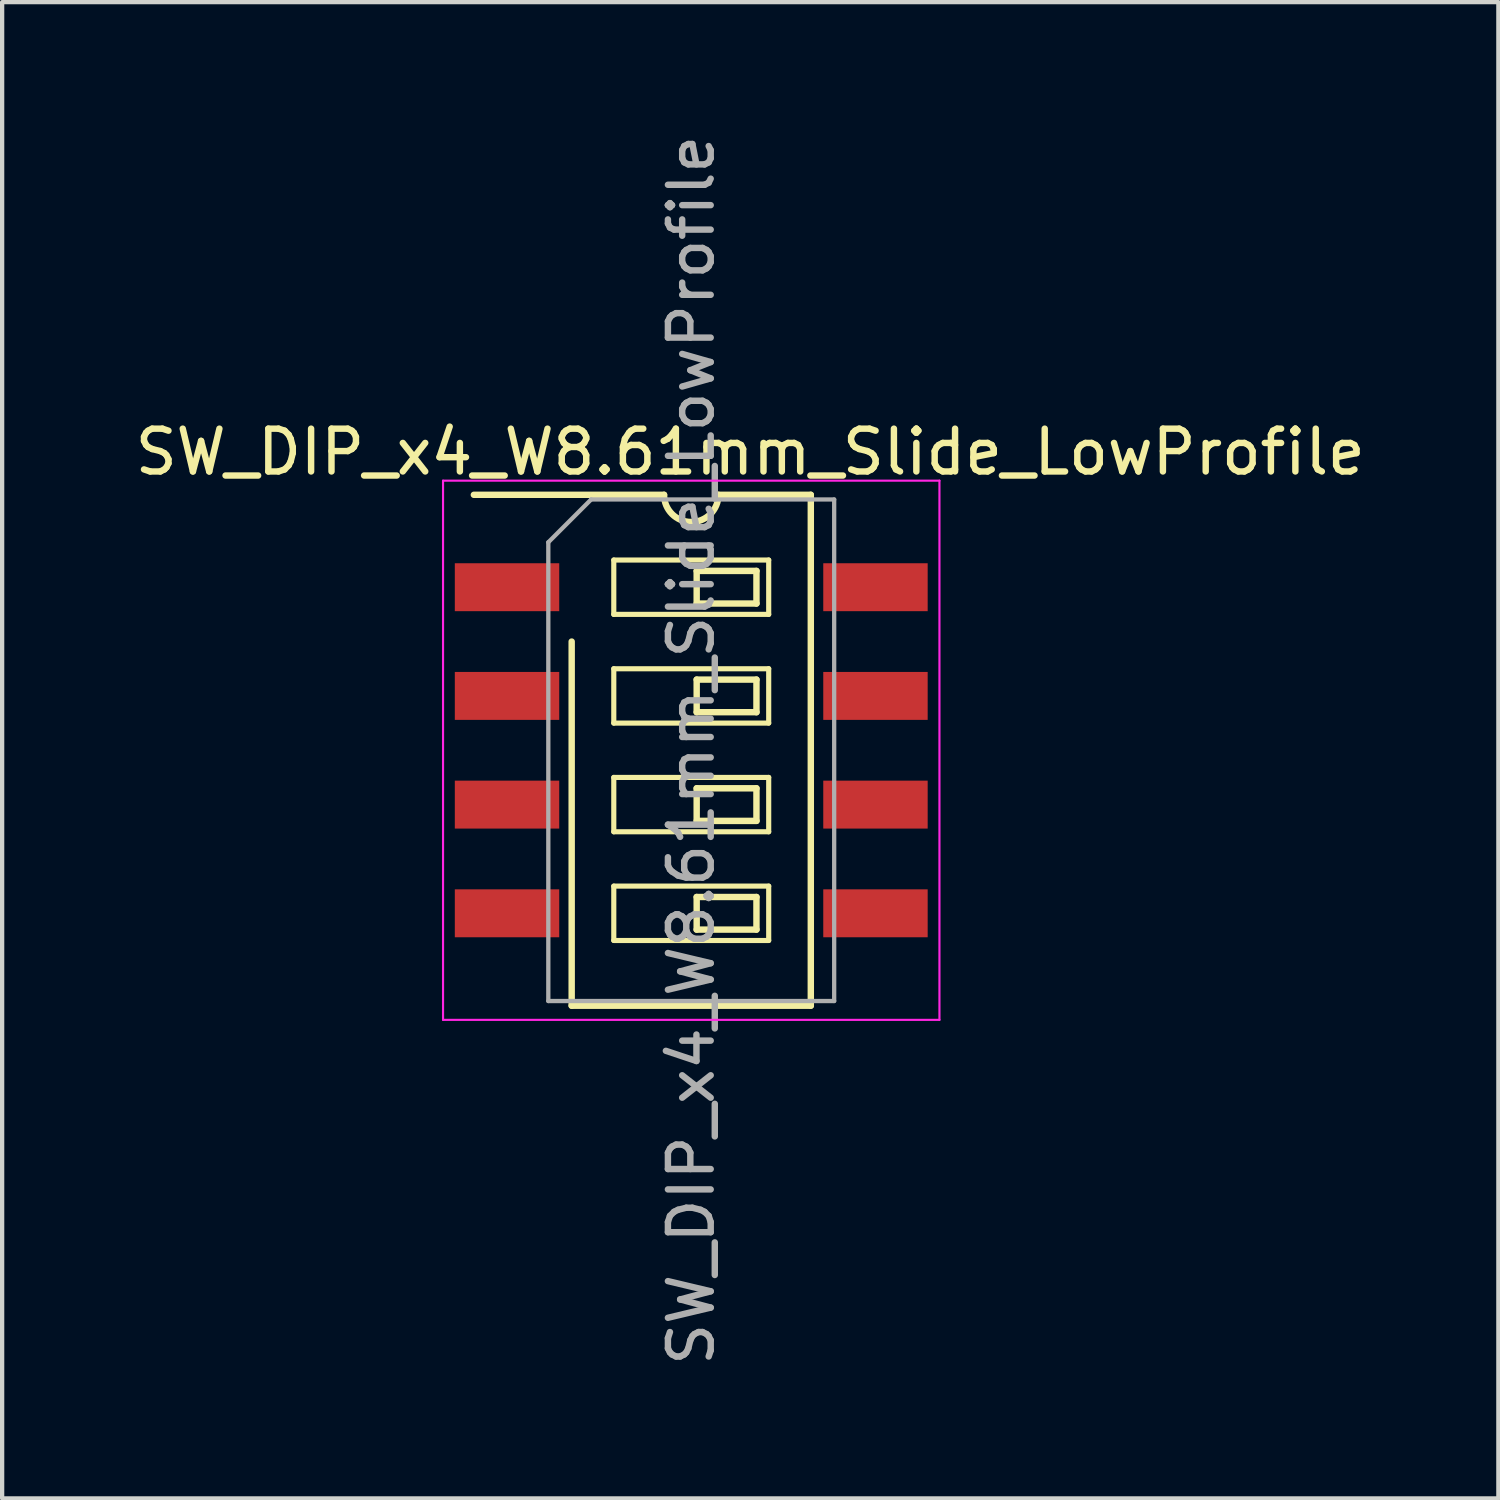
<source format=kicad_pcb>
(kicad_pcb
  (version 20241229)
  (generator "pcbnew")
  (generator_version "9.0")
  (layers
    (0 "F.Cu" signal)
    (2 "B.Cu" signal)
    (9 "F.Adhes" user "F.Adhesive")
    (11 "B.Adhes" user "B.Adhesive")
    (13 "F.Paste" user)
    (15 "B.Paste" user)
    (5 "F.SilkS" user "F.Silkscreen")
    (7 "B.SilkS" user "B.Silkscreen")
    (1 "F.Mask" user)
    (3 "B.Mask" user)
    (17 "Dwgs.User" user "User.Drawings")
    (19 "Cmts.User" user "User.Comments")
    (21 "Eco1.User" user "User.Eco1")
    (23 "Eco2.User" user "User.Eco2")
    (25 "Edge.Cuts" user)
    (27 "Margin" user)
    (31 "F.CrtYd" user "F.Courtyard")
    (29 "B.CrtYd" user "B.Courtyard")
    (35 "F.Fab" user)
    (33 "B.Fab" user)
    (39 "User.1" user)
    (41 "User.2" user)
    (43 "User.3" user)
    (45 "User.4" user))
  (footprint "SW_DIP_x4_W8.61mm_Slide_LowProfile"
    (layer "F.Cu")
    (at 13.103 14.482)
    (property "Reference" "SW_DIP_x4_W8.61mm_Slide_LowProfile" (at 1.379 -6.97 0) (layer "F.SilkS") (effects (font (size 1 1) (thickness 0.15))))
    (attr smd)
    (fp_line (start -2.794 5.969) (end -2.794 -2.54) (stroke (width 0.15) (type solid)) (layer "F.SilkS"))
    (fp_line (start -1.81 -4.445) (end -1.81 -3.175) (stroke (width 0.12) (type solid)) (layer "F.SilkS"))
    (fp_line (start -1.81 -3.175) (end 1.81 -3.175) (stroke (width 0.12) (type solid)) (layer "F.SilkS"))
    (fp_line (start -1.81 -1.905) (end -1.81 -0.635) (stroke (width 0.12) (type solid)) (layer "F.SilkS"))
    (fp_line (start -1.81 -0.635) (end 1.81 -0.635) (stroke (width 0.12) (type solid)) (layer "F.SilkS"))
    (fp_line (start -1.81 0.635) (end -1.81 1.905) (stroke (width 0.12) (type solid)) (layer "F.SilkS"))
    (fp_line (start -1.81 1.905) (end 1.81 1.905) (stroke (width 0.12) (type solid)) (layer "F.SilkS"))
    (fp_line (start -1.81 3.175) (end -1.81 4.445) (stroke (width 0.12) (type solid)) (layer "F.SilkS"))
    (fp_line (start -1.81 4.445) (end 1.81 4.445) (stroke (width 0.12) (type solid)) (layer "F.SilkS"))
    (fp_line (start -0.635 -5.969) (end -5.08 -5.969) (stroke (width 0.15) (type solid)) (layer "F.SilkS"))
    (fp_line (start 0.127 -4.191) (end 0.127 -3.429) (stroke (width 0.15) (type solid)) (layer "F.SilkS"))
    (fp_line (start 0.127 -3.429) (end 1.524 -3.429) (stroke (width 0.15) (type solid)) (layer "F.SilkS"))
    (fp_line (start 0.127 -1.651) (end 0.127 -0.889) (stroke (width 0.15) (type solid)) (layer "F.SilkS"))
    (fp_line (start 0.127 -0.889) (end 1.524 -0.889) (stroke (width 0.15) (type solid)) (layer "F.SilkS"))
    (fp_line (start 0.127 0.889) (end 0.127 1.651) (stroke (width 0.15) (type solid)) (layer "F.SilkS"))
    (fp_line (start 0.127 1.651) (end 1.524 1.651) (stroke (width 0.15) (type solid)) (layer "F.SilkS"))
    (fp_line (start 0.127 3.429) (end 0.127 4.191) (stroke (width 0.15) (type solid)) (layer "F.SilkS"))
    (fp_line (start 0.127 4.191) (end 1.524 4.191) (stroke (width 0.15) (type solid)) (layer "F.SilkS"))
    (fp_line (start 0.635 -5.969) (end 2.794 -5.969) (stroke (width 0.15) (type solid)) (layer "F.SilkS"))
    (fp_line (start 1.524 -4.191) (end 0.127 -4.191) (stroke (width 0.15) (type solid)) (layer "F.SilkS"))
    (fp_line (start 1.524 -3.429) (end 1.524 -4.191) (stroke (width 0.15) (type solid)) (layer "F.SilkS"))
    (fp_line (start 1.524 -1.651) (end 0.127 -1.651) (stroke (width 0.15) (type solid)) (layer "F.SilkS"))
    (fp_line (start 1.524 -0.889) (end 1.524 -1.651) (stroke (width 0.15) (type solid)) (layer "F.SilkS"))
    (fp_line (start 1.524 0.889) (end 0.127 0.889) (stroke (width 0.15) (type solid)) (layer "F.SilkS"))
    (fp_line (start 1.524 1.651) (end 1.524 0.889) (stroke (width 0.15) (type solid)) (layer "F.SilkS"))
    (fp_line (start 1.524 3.429) (end 0.127 3.429) (stroke (width 0.15) (type solid)) (layer "F.SilkS"))
    (fp_line (start 1.524 4.191) (end 1.524 3.429) (stroke (width 0.15) (type solid)) (layer "F.SilkS"))
    (fp_line (start 1.81 -4.445) (end -1.81 -4.445) (stroke (width 0.12) (type solid)) (layer "F.SilkS"))
    (fp_line (start 1.81 -3.175) (end 1.81 -4.445) (stroke (width 0.12) (type solid)) (layer "F.SilkS"))
    (fp_line (start 1.81 -1.905) (end -1.81 -1.905) (stroke (width 0.12) (type solid)) (layer "F.SilkS"))
    (fp_line (start 1.81 -0.635) (end 1.81 -1.905) (stroke (width 0.12) (type solid)) (layer "F.SilkS"))
    (fp_line (start 1.81 0.635) (end -1.81 0.635) (stroke (width 0.12) (type solid)) (layer "F.SilkS"))
    (fp_line (start 1.81 1.905) (end 1.81 0.635) (stroke (width 0.12) (type solid)) (layer "F.SilkS"))
    (fp_line (start 1.81 3.175) (end -1.81 3.175) (stroke (width 0.12) (type solid)) (layer "F.SilkS"))
    (fp_line (start 1.81 4.445) (end 1.81 3.175) (stroke (width 0.12) (type solid)) (layer "F.SilkS"))
    (fp_line (start 2.794 -5.969) (end 2.794 5.969) (stroke (width 0.15) (type solid)) (layer "F.SilkS"))
    (fp_line (start 2.794 5.969) (end -2.794 5.969) (stroke (width 0.15) (type solid)) (layer "F.SilkS"))
    (fp_arc (start 0.635 -5.969) (mid 0 -5.334) (end -0.635 -5.969) (stroke (width 0.15) (type solid)) (layer "F.SilkS"))
    (fp_line (start -5.8 -6.3) (end -5.8 6.3) (stroke (width 0.05) (type solid)) (layer "F.CrtYd"))
    (fp_line (start -5.8 6.3) (end 5.8 6.3) (stroke (width 0.05) (type solid)) (layer "F.CrtYd"))
    (fp_line (start 5.8 -6.3) (end -5.8 -6.3) (stroke (width 0.05) (type solid)) (layer "F.CrtYd"))
    (fp_line (start 5.8 6.3) (end 5.8 -6.3) (stroke (width 0.05) (type solid)) (layer "F.CrtYd"))
    (fp_line (start -3.34 -4.86) (end -2.34 -5.86) (stroke (width 0.1) (type solid)) (layer "F.Fab"))
    (fp_line (start -3.34 5.86) (end -3.34 -4.86) (stroke (width 0.1) (type solid)) (layer "F.Fab"))
    (fp_line (start -2.34 -5.86) (end 3.34 -5.86) (stroke (width 0.1) (type solid)) (layer "F.Fab"))
    (fp_line (start 3.34 -5.86) (end 3.34 5.86) (stroke (width 0.1) (type solid)) (layer "F.Fab"))
    (fp_line (start 3.34 5.86) (end -3.34 5.86) (stroke (width 0.1) (type solid)) (layer "F.Fab"))
    (fp_text user "${REFERENCE}" (at 0 0 270) (layer "F.Fab") (effects (font (size 1 1) (thickness 0.15))))
    (pad "1" smd rect (at -4.305 -3.81) (size 2.44 1.12) (layers "F.Cu" "F.Mask" "F.Paste"))
    (pad "2" smd rect (at -4.305 -1.27) (size 2.44 1.12) (layers "F.Cu" "F.Mask" "F.Paste"))
    (pad "3" smd rect (at -4.305 1.27) (size 2.44 1.12) (layers "F.Cu" "F.Mask" "F.Paste"))
    (pad "4" smd rect (at -4.305 3.81) (size 2.44 1.12) (layers "F.Cu" "F.Mask" "F.Paste"))
    (pad "5" smd rect (at 4.305 3.81) (size 2.44 1.12) (layers "F.Cu" "F.Mask" "F.Paste"))
    (pad "6" smd rect (at 4.305 1.27) (size 2.44 1.12) (layers "F.Cu" "F.Mask" "F.Paste"))
    (pad "7" smd rect (at 4.305 -1.27) (size 2.44 1.12) (layers "F.Cu" "F.Mask" "F.Paste"))
    (pad "8" smd rect (at 4.305 -3.81) (size 2.44 1.12) (layers "F.Cu" "F.Mask" "F.Paste")))
  (gr_rect
    (start -3 -3)
    (end 31.964 31.964)
    (stroke (width 0.1) (type default))
    (fill no)
    (layer "Edge.Cuts")))
</source>
